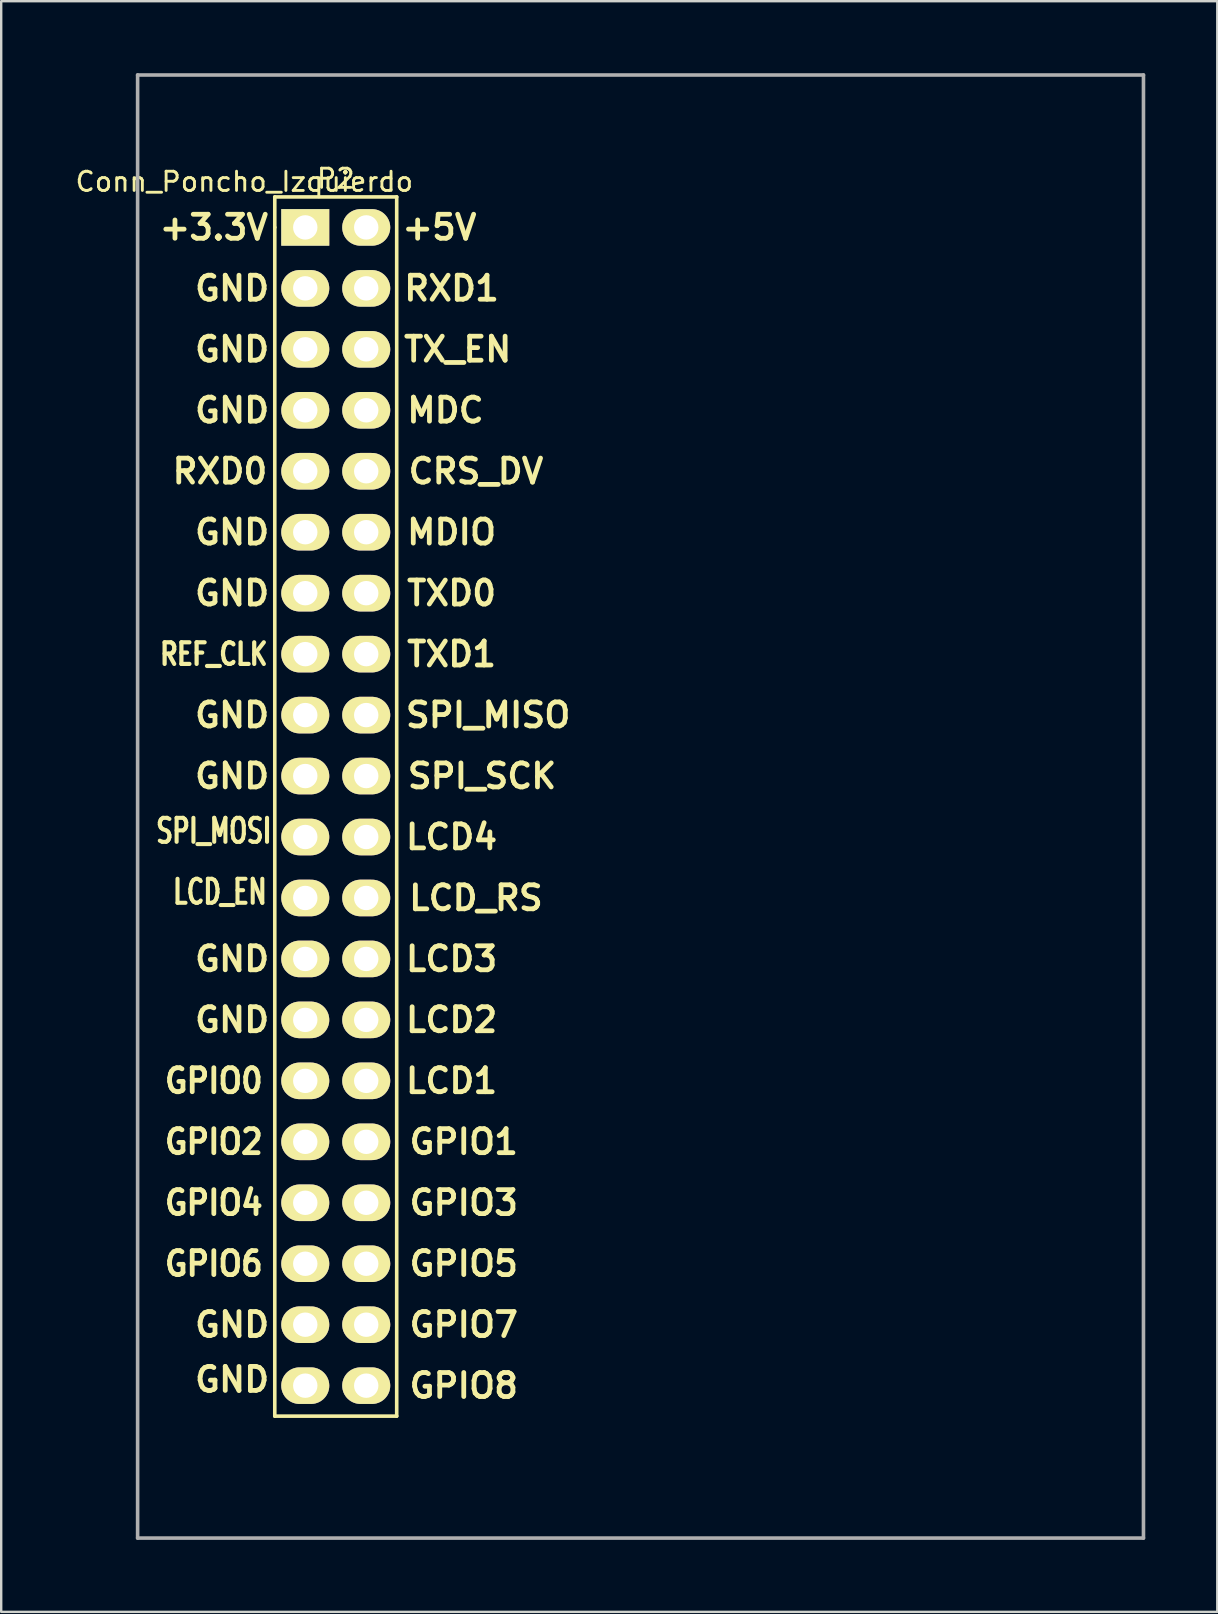
<source format=kicad_pcb>
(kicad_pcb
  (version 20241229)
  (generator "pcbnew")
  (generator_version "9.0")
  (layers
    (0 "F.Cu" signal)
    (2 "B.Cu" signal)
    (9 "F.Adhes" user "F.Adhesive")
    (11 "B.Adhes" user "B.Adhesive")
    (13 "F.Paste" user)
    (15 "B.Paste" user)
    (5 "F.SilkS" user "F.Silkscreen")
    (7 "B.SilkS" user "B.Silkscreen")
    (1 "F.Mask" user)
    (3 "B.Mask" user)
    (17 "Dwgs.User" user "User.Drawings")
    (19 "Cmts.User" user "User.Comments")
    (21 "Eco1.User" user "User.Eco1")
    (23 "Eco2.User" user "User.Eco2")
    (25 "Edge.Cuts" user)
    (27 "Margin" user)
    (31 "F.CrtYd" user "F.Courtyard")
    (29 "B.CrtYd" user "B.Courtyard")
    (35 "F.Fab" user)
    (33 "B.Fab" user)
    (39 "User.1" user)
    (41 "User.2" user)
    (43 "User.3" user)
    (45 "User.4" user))
  (footprint "Conn_Poncho_Izquierdo"
    (layer "F.Cu")
    (at 9.669 6.425)
    (property "Reference" "Conn_Poncho_Izquierdo" (at -2.54 -1.905 0) (layer "F.SilkS") (effects (font (size 0.8 0.8) (thickness 0.12))))
    (attr through_hole)
    (fp_line (start -1.27 -1.27) (end 3.81 -1.27) (stroke (width 0.15) (type solid)) (layer "F.SilkS"))
    (fp_line (start -1.27 0) (end -1.27 -1.27) (stroke (width 0.15) (type solid)) (layer "F.SilkS"))
    (fp_line (start -1.27 49.53) (end -1.27 0) (stroke (width 0.15) (type solid)) (layer "F.SilkS"))
    (fp_line (start 3.81 -1.27) (end 3.81 49.53) (stroke (width 0.15) (type solid)) (layer "F.SilkS"))
    (fp_line (start 3.81 49.53) (end -1.27 49.53) (stroke (width 0.15) (type solid)) (layer "F.SilkS"))
    (fp_line (start -6.985 54.61) (end -6.985 -6.35) (stroke (width 0.15) (type solid)) (layer "F.Fab"))
    (fp_line (start 34.925 -6.35) (end -6.985 -6.35) (stroke (width 0.15) (type solid)) (layer "F.Fab"))
    (fp_line (start 34.925 -6.35) (end 34.925 54.61) (stroke (width 0.15) (type solid)) (layer "F.Fab"))
    (fp_line (start 34.925 54.61) (end -6.985 54.61) (stroke (width 0.15) (type solid)) (layer "F.Fab"))
    (fp_text user "SPI_SCK" (at 7.366 22.86 0) (layer "F.SilkS") (effects (font (size 1 1) (thickness 0.2))))
    (fp_text user "SPI_MISO" (at 7.62 20.32 0) (layer "F.SilkS") (effects (font (size 1 1) (thickness 0.2))))
    (fp_text user "+5V" (at 5.588 0 0) (layer "F.SilkS") (effects (font (size 1 1) (thickness 0.2))))
    (fp_text user "GPIO5" (at 6.604 43.18 0) (layer "F.SilkS") (effects (font (size 1 1) (thickness 0.2))))
    (fp_text user "RXD0" (at -3.556 10.16 0) (layer "F.SilkS") (effects (font (size 1 1) (thickness 0.2))))
    (fp_text user "SPI_MOSI" (at -3.81 25.146 0) (layer "F.SilkS") (effects (font (size 1 0.7) (thickness 0.17))))
    (fp_text user "MDC" (at 5.842 7.62 0) (layer "F.SilkS") (effects (font (size 1 1) (thickness 0.2))))
    (fp_text user "GND" (at -3.048 30.48 0) (layer "F.SilkS") (effects (font (size 1 1) (thickness 0.2))))
    (fp_text user "GND" (at -3.048 48.006 0) (layer "F.SilkS") (effects (font (size 1 1) (thickness 0.2))))
    (fp_text user "GPIO6" (at -3.81 43.18 0) (layer "F.SilkS") (effects (font (size 1 0.9) (thickness 0.2))))
    (fp_text user "GND" (at -3.048 33.02 0) (layer "F.SilkS") (effects (font (size 1 1) (thickness 0.2))))
    (fp_text user "TXD1" (at 6.096 17.78 0) (layer "F.SilkS") (effects (font (size 1 1) (thickness 0.2))))
    (fp_text user "GPIO4" (at -3.81 40.64 0) (layer "F.SilkS") (effects (font (size 1 0.9) (thickness 0.2))))
    (fp_text user "GND" (at -3.048 20.32 0) (layer "F.SilkS") (effects (font (size 1 1) (thickness 0.2))))
    (fp_text user "TX_EN" (at 6.35 5.08 0) (layer "F.SilkS") (effects (font (size 1 1) (thickness 0.2))))
    (fp_text user "GPIO1" (at 6.604 38.1 0) (layer "F.SilkS") (effects (font (size 1 1) (thickness 0.2))))
    (fp_text user "GND" (at -3.048 45.72 0) (layer "F.SilkS") (effects (font (size 1 1) (thickness 0.2))))
    (fp_text user "RXD1" (at 6.096 2.54 0) (layer "F.SilkS") (effects (font (size 1 1) (thickness 0.2))))
    (fp_text user "GND" (at -3.048 7.62 0) (layer "F.SilkS") (effects (font (size 1 1) (thickness 0.2))))
    (fp_text user "CRS_DV" (at 7.112 10.16 0) (layer "F.SilkS") (effects (font (size 1 1) (thickness 0.2))))
    (fp_text user "GPIO2" (at -3.81 38.1 0) (layer "F.SilkS") (effects (font (size 1 0.9) (thickness 0.2))))
    (fp_text user "GND" (at -3.048 12.7 0) (layer "F.SilkS") (effects (font (size 1 1) (thickness 0.2))))
    (fp_text user "GPIO8" (at 6.604 48.26 0) (layer "F.SilkS") (effects (font (size 1 1) (thickness 0.2))))
    (fp_text user "LCD1" (at 6.096 35.56 0) (layer "F.SilkS") (effects (font (size 1 1) (thickness 0.2))))
    (fp_text user "LCD_RS" (at 7.112 27.94 0) (layer "F.SilkS") (effects (font (size 1 1) (thickness 0.2))))
    (fp_text user "LCD3" (at 6.096 30.48 0) (layer "F.SilkS") (effects (font (size 1 1) (thickness 0.2))))
    (fp_text user "GND" (at -3.048 5.08 0) (layer "F.SilkS") (effects (font (size 1 1) (thickness 0.2))))
    (fp_text user "P2" (at 1.27 -2.032 0) (layer "F.SilkS") (effects (font (size 0.8 0.8) (thickness 0.12))))
    (fp_text user "GND" (at -3.048 15.24 0) (layer "F.SilkS") (effects (font (size 1 1) (thickness 0.2))))
    (fp_text user "LCD4" (at 6.096 25.4 0) (layer "F.SilkS") (effects (font (size 1 1) (thickness 0.2))))
    (fp_text user "GPIO7" (at 6.604 45.72 0) (layer "F.SilkS") (effects (font (size 1 1) (thickness 0.2))))
    (fp_text user "GND" (at -3.048 22.86 0) (layer "F.SilkS") (effects (font (size 1 1) (thickness 0.2))))
    (fp_text user "TXD0" (at 6.096 15.24 0) (layer "F.SilkS") (effects (font (size 1 1) (thickness 0.2))))
    (fp_text user "+3.3V" (at -3.81 0 0) (layer "F.SilkS") (effects (font (size 1 1) (thickness 0.2))))
    (fp_text user "REF_CLK" (at -3.81 17.78 0) (layer "F.SilkS") (effects (font (size 0.9 0.7) (thickness 0.175))))
    (fp_text user "LCD2" (at 6.096 33.02 0) (layer "F.SilkS") (effects (font (size 1 1) (thickness 0.2))))
    (fp_text user "GPIO0" (at -3.81 35.56 0) (layer "F.SilkS") (effects (font (size 1 0.9) (thickness 0.2))))
    (fp_text user "GND" (at -3.048 2.54 0) (layer "F.SilkS") (effects (font (size 1 1) (thickness 0.2))))
    (fp_text user "GPIO3" (at 6.604 40.64 0) (layer "F.SilkS") (effects (font (size 1 1) (thickness 0.2))))
    (fp_text user "MDIO" (at 6.096 12.7 0) (layer "F.SilkS") (effects (font (size 1 1) (thickness 0.2))))
    (fp_text user "LCD_EN" (at -3.556 27.686 0) (layer "F.SilkS") (effects (font (size 1 0.7) (thickness 0.17))))
    (pad "41" thru_hole rect (at 0 0 270) (size 1.524 2) (drill 1.016) (layers "*.Cu" "*.Mask" "F.SilkS"))
    (pad "42" thru_hole oval (at 2.54 0 270) (size 1.524 2) (drill 1.016) (layers "*.Cu" "*.Mask" "F.SilkS"))
    (pad "43" thru_hole oval (at 0 2.54 270) (size 1.524 2) (drill 1.016) (layers "*.Cu" "*.Mask" "F.SilkS"))
    (pad "44" thru_hole oval (at 2.54 2.54 270) (size 1.524 2) (drill 1.016) (layers "*.Cu" "*.Mask" "F.SilkS"))
    (pad "45" thru_hole oval (at 0 5.08 270) (size 1.524 2) (drill 1.016) (layers "*.Cu" "*.Mask" "F.SilkS"))
    (pad "46" thru_hole oval (at 2.54 5.08 270) (size 1.524 2) (drill 1.016) (layers "*.Cu" "*.Mask" "F.SilkS"))
    (pad "47" thru_hole oval (at 0 7.62 270) (size 1.524 2) (drill 1.016) (layers "*.Cu" "*.Mask" "F.SilkS"))
    (pad "48" thru_hole oval (at 2.54 7.62 270) (size 1.524 2) (drill 1.016) (layers "*.Cu" "*.Mask" "F.SilkS"))
    (pad "49" thru_hole oval (at 0 10.16 270) (size 1.524 2) (drill 1.016) (layers "*.Cu" "*.Mask" "F.SilkS"))
    (pad "50" thru_hole oval (at 2.54 10.16 270) (size 1.524 2) (drill 1.016) (layers "*.Cu" "*.Mask" "F.SilkS"))
    (pad "51" thru_hole oval (at 0 12.7 270) (size 1.524 2) (drill 1.016) (layers "*.Cu" "*.Mask" "F.SilkS"))
    (pad "52" thru_hole oval (at 2.54 12.7 270) (size 1.524 2) (drill 1.016) (layers "*.Cu" "*.Mask" "F.SilkS"))
    (pad "53" thru_hole oval (at 0 15.24 270) (size 1.524 2) (drill 1.016) (layers "*.Cu" "*.Mask" "F.SilkS"))
    (pad "54" thru_hole oval (at 2.54 15.24 270) (size 1.524 2) (drill 1.016) (layers "*.Cu" "*.Mask" "F.SilkS"))
    (pad "55" thru_hole oval (at 0 17.78 270) (size 1.524 2) (drill 1.016) (layers "*.Cu" "*.Mask" "F.SilkS"))
    (pad "56" thru_hole oval (at 2.54 17.78 270) (size 1.524 2) (drill 1.016) (layers "*.Cu" "*.Mask" "F.SilkS"))
    (pad "57" thru_hole oval (at 0 20.32 270) (size 1.524 2) (drill 1.016) (layers "*.Cu" "*.Mask" "F.SilkS"))
    (pad "58" thru_hole oval (at 2.54 20.32 270) (size 1.524 2) (drill 1.016) (layers "*.Cu" "*.Mask" "F.SilkS"))
    (pad "59" thru_hole oval (at 0 22.86 270) (size 1.524 2) (drill 1.016) (layers "*.Cu" "*.Mask" "F.SilkS"))
    (pad "60" thru_hole oval (at 2.54 22.86 270) (size 1.524 2) (drill 1.016) (layers "*.Cu" "*.Mask" "F.SilkS"))
    (pad "61" thru_hole oval (at 0 25.4 270) (size 1.524 2) (drill 1.016) (layers "*.Cu" "*.Mask" "F.SilkS"))
    (pad "62" thru_hole oval (at 2.54 25.4 270) (size 1.524 2) (drill 1.016) (layers "*.Cu" "*.Mask" "F.SilkS"))
    (pad "63" thru_hole oval (at 0 27.94 270) (size 1.524 2) (drill 1.016) (layers "*.Cu" "*.Mask" "F.SilkS"))
    (pad "64" thru_hole oval (at 2.54 27.94 270) (size 1.524 2) (drill 1.016) (layers "*.Cu" "*.Mask" "F.SilkS"))
    (pad "65" thru_hole oval (at 0 30.48 270) (size 1.524 2) (drill 1.016) (layers "*.Cu" "*.Mask" "F.SilkS"))
    (pad "66" thru_hole oval (at 2.54 30.48 270) (size 1.524 2) (drill 1.016) (layers "*.Cu" "*.Mask" "F.SilkS"))
    (pad "67" thru_hole oval (at 0 33.02 270) (size 1.524 2) (drill 1.016) (layers "*.Cu" "*.Mask" "F.SilkS"))
    (pad "68" thru_hole oval (at 2.54 33.02 270) (size 1.524 2) (drill 1.016) (layers "*.Cu" "*.Mask" "F.SilkS"))
    (pad "69" thru_hole oval (at 0 35.56 270) (size 1.524 2) (drill 1.016) (layers "*.Cu" "*.Mask" "F.SilkS"))
    (pad "70" thru_hole oval (at 2.54 35.56 270) (size 1.524 2) (drill 1.016) (layers "*.Cu" "*.Mask" "F.SilkS"))
    (pad "71" thru_hole oval (at 0 38.1 270) (size 1.524 2) (drill 1.016) (layers "*.Cu" "*.Mask" "F.SilkS"))
    (pad "72" thru_hole oval (at 2.54 38.1 270) (size 1.524 2) (drill 1.016) (layers "*.Cu" "*.Mask" "F.SilkS"))
    (pad "73" thru_hole oval (at 0 40.64 270) (size 1.524 2) (drill 1.016) (layers "*.Cu" "*.Mask" "F.SilkS"))
    (pad "74" thru_hole oval (at 2.54 40.64 270) (size 1.524 2) (drill 1.016) (layers "*.Cu" "*.Mask" "F.SilkS"))
    (pad "75" thru_hole oval (at 0 43.18 270) (size 1.524 2) (drill 1.016) (layers "*.Cu" "*.Mask" "F.SilkS"))
    (pad "76" thru_hole oval (at 2.54 43.18 270) (size 1.524 2) (drill 1.016) (layers "*.Cu" "*.Mask" "F.SilkS"))
    (pad "77" thru_hole oval (at 0 45.72 270) (size 1.524 2) (drill 1.016) (layers "*.Cu" "*.Mask" "F.SilkS"))
    (pad "78" thru_hole oval (at 2.54 45.72 270) (size 1.524 2) (drill 1.016) (layers "*.Cu" "*.Mask" "F.SilkS"))
    (pad "79" thru_hole oval (at 0 48.26 270) (size 1.524 2) (drill 1.016) (layers "*.Cu" "*.Mask" "F.SilkS"))
    (pad "80" thru_hole oval (at 2.54 48.26 270) (size 1.524 2) (drill 1.016) (layers "*.Cu" "*.Mask" "F.SilkS")))
  (gr_rect
    (start -3 -3)
    (end 47.669 64.11)
    (stroke (width 0.1) (type default))
    (fill no)
    (layer "Edge.Cuts")))
</source>
